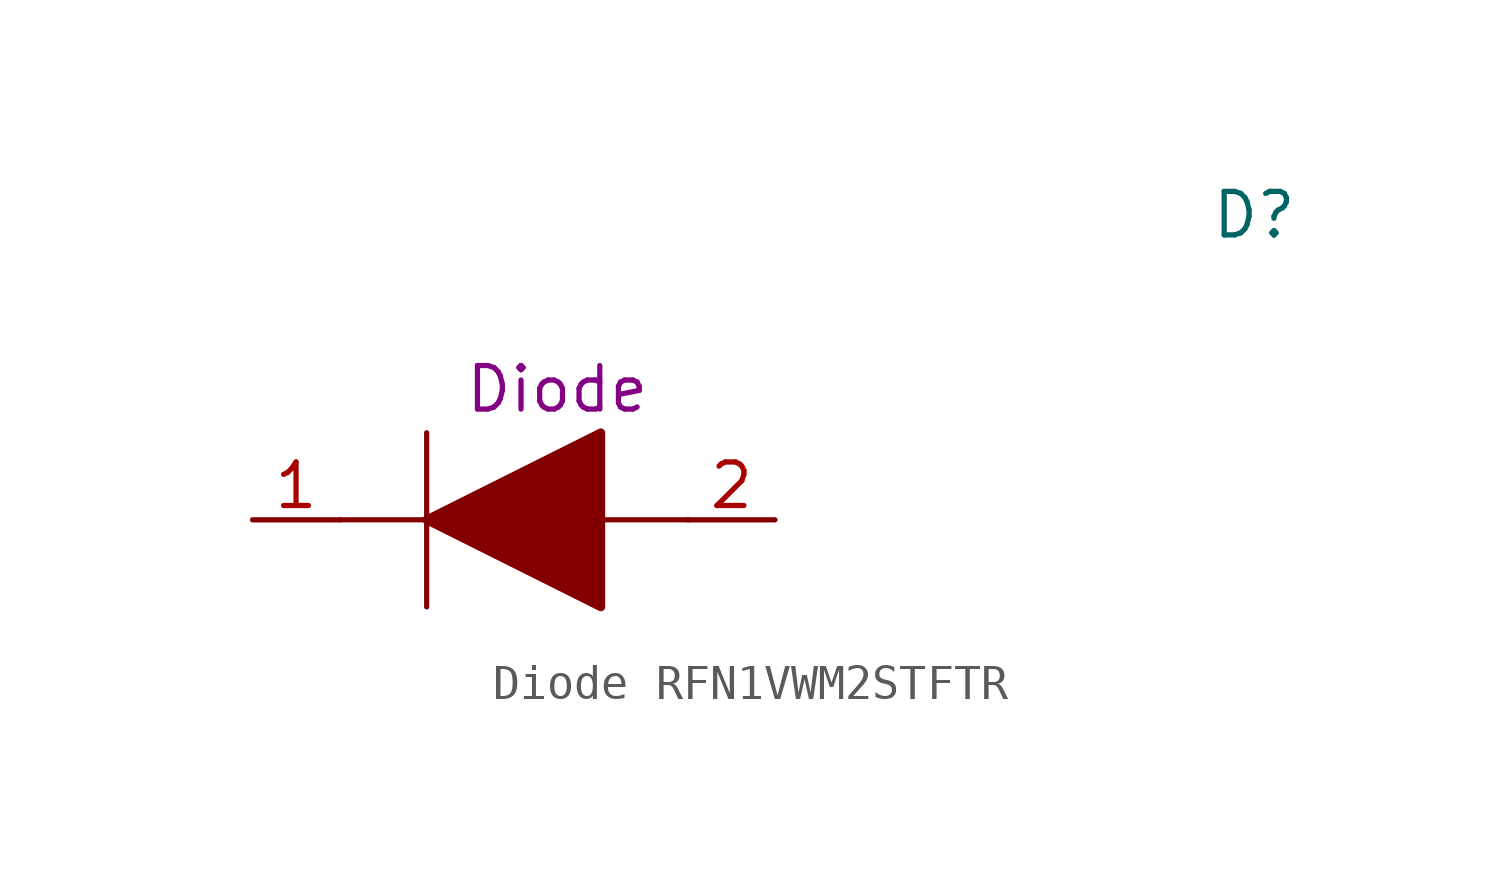
<source format=kicad_sym>
(kicad_symbol_lib
  (version 20211014)
  (generator kicad_symbol_editor)
  (symbol "Diode RFN1VWM2STFTR"
    (pin_names
      (offset 0.762))
    (property "Reference" "D"
      (at 27.94 8.89 0)
      (effects (font (size 1.27 1.27)) (justify left)))
    (property "Render Name" "Diode"
      (at 8.89 3.81 0)
      (effects (font (size 1.27 1.27))))
    (symbol "Diode RFN1VWM2STFTR_0_0"
      (pin passive line (at 0 0 0) (length 2.54) (name "~" (effects (font (size 1.27 1.27)))) (number "1" (effects (font (size 1.27 1.27)))))
      (pin passive line (at 15.24 0 180) (length 2.54) (name "~" (effects (font (size 1.27 1.27)))) (number "2" (effects (font (size 1.27 1.27))))))
    (symbol "Diode RFN1VWM2STFTR_0_1"
      (polyline (pts (xy 2.54 0) (xy 5.08 0)) (stroke (width 0.152) (type default) (color 0 0 0 0)) (fill (type none)))
      (polyline (pts (xy 5.08 2.54) (xy 5.08 -2.54)) (stroke (width 0.152) (type default) (color 0 0 0 0)) (fill (type none)))
      (polyline (pts (xy 10.16 0) (xy 12.7 0)) (stroke (width 0.152) (type default) (color 0 0 0 0)) (fill (type none)))
      (polyline (pts (xy 5.08 0) (xy 10.16 2.54) (xy 10.16 -2.54) (xy 5.08 0)) (stroke (width 0.254) (type default) (color 0 0 0 0)) (fill (type outline))))))
</source>
